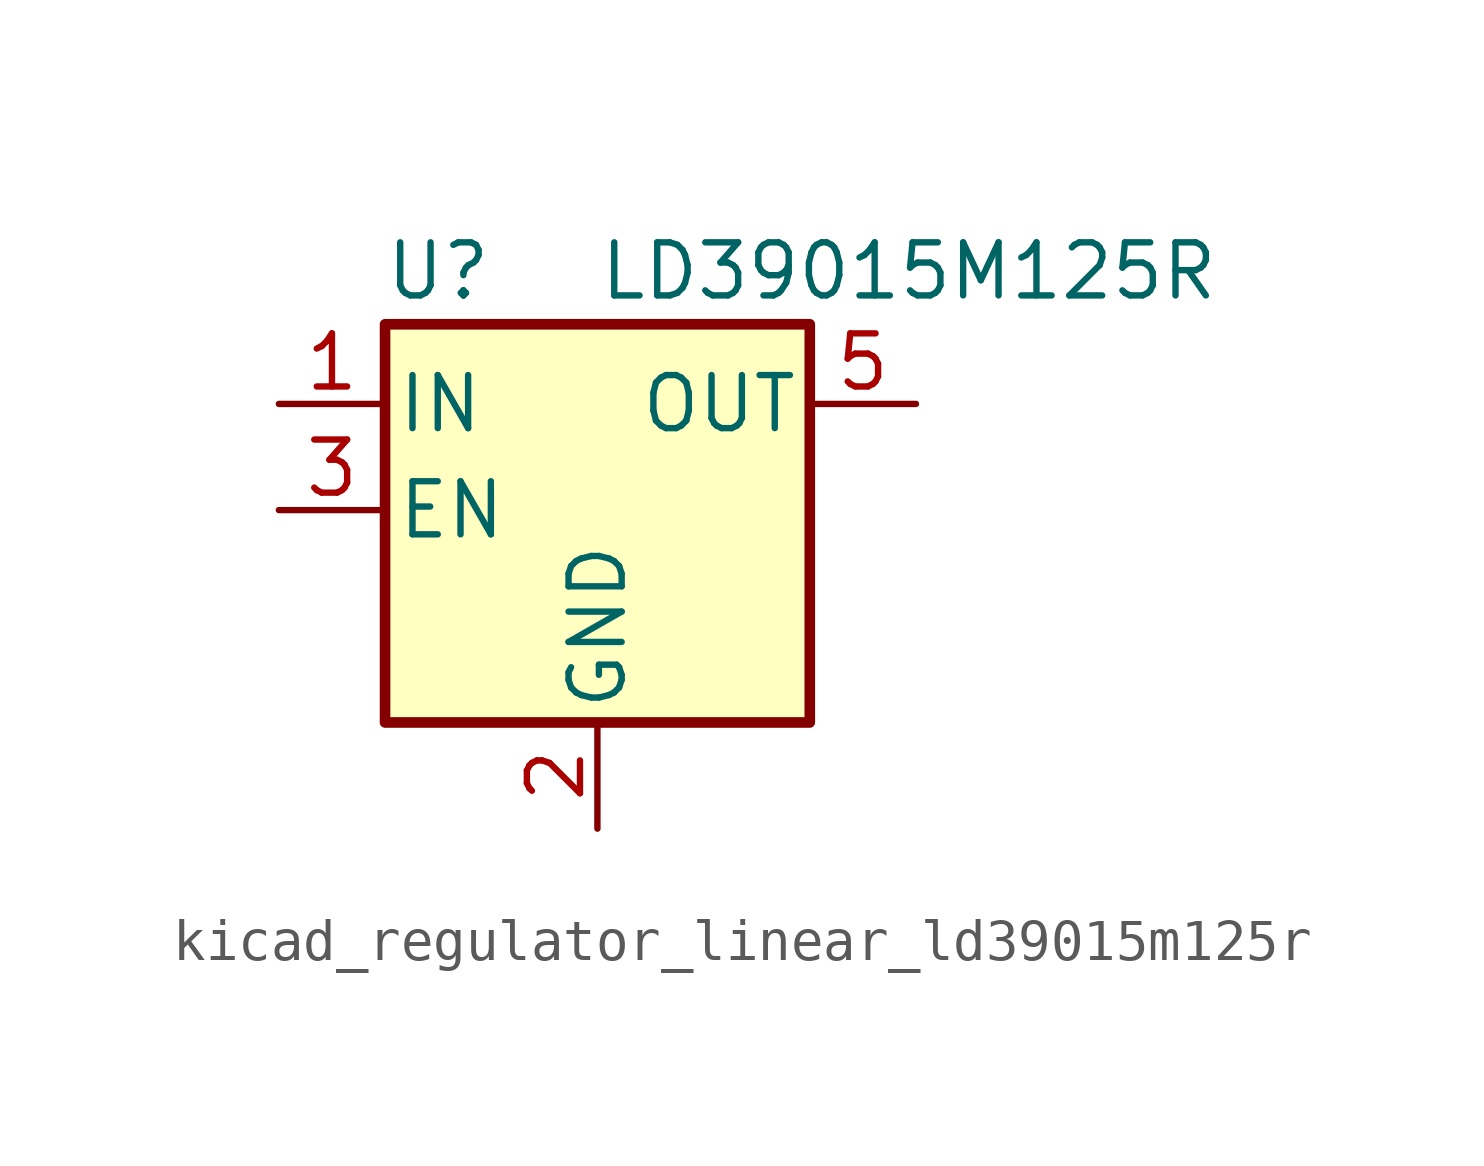
<source format=kicad_sym>
(kicad_symbol_lib
  (version 20220914)
  (generator kicad_symbol_editor)
  (symbol "kicad_regulator_linear_ld39015m125r"
    (pin_names
      (offset 0.254))
    (property "Reference" "U"
      (at -3.81 5.715 0)
      (effects (font (size 1.27 1.27))))
    (property "Value" "LD39015M125R"
      (at 0 5.715 0)
      (effects (font (size 1.27 1.27)) (justify left)))
    (symbol "kicad_regulator_linear_ld39015m125r_0_1"
      (rectangle (start -5.08 4.445) (end 5.08 -5.08) (stroke (width 0.254) (type default)) (fill (type background))))
    (symbol "kicad_regulator_linear_ld39015m125r_1_1"
      (pin power_in line (at -7.62 2.54 0) (length 2.54) (name "IN" (effects (font (size 1.27 1.27)))) (number "1" (effects (font (size 1.27 1.27)))))
      (pin power_in line (at 0 -7.62 90) (length 2.54) (name "GND" (effects (font (size 1.27 1.27)))) (number "2" (effects (font (size 1.27 1.27)))))
      (pin input line (at -7.62 0 0) (length 2.54) (name "EN" (effects (font (size 1.27 1.27)))) (number "3" (effects (font (size 1.27 1.27)))))
      (pin no_connect line (at 5.08 0 180) (length 2.54) hide (name "NC" (effects (font (size 1.27 1.27)))) (number "4" (effects (font (size 1.27 1.27)))))
      (pin power_out line (at 7.62 2.54 180) (length 2.54) (name "OUT" (effects (font (size 1.27 1.27)))) (number "5" (effects (font (size 1.27 1.27))))))))
</source>
